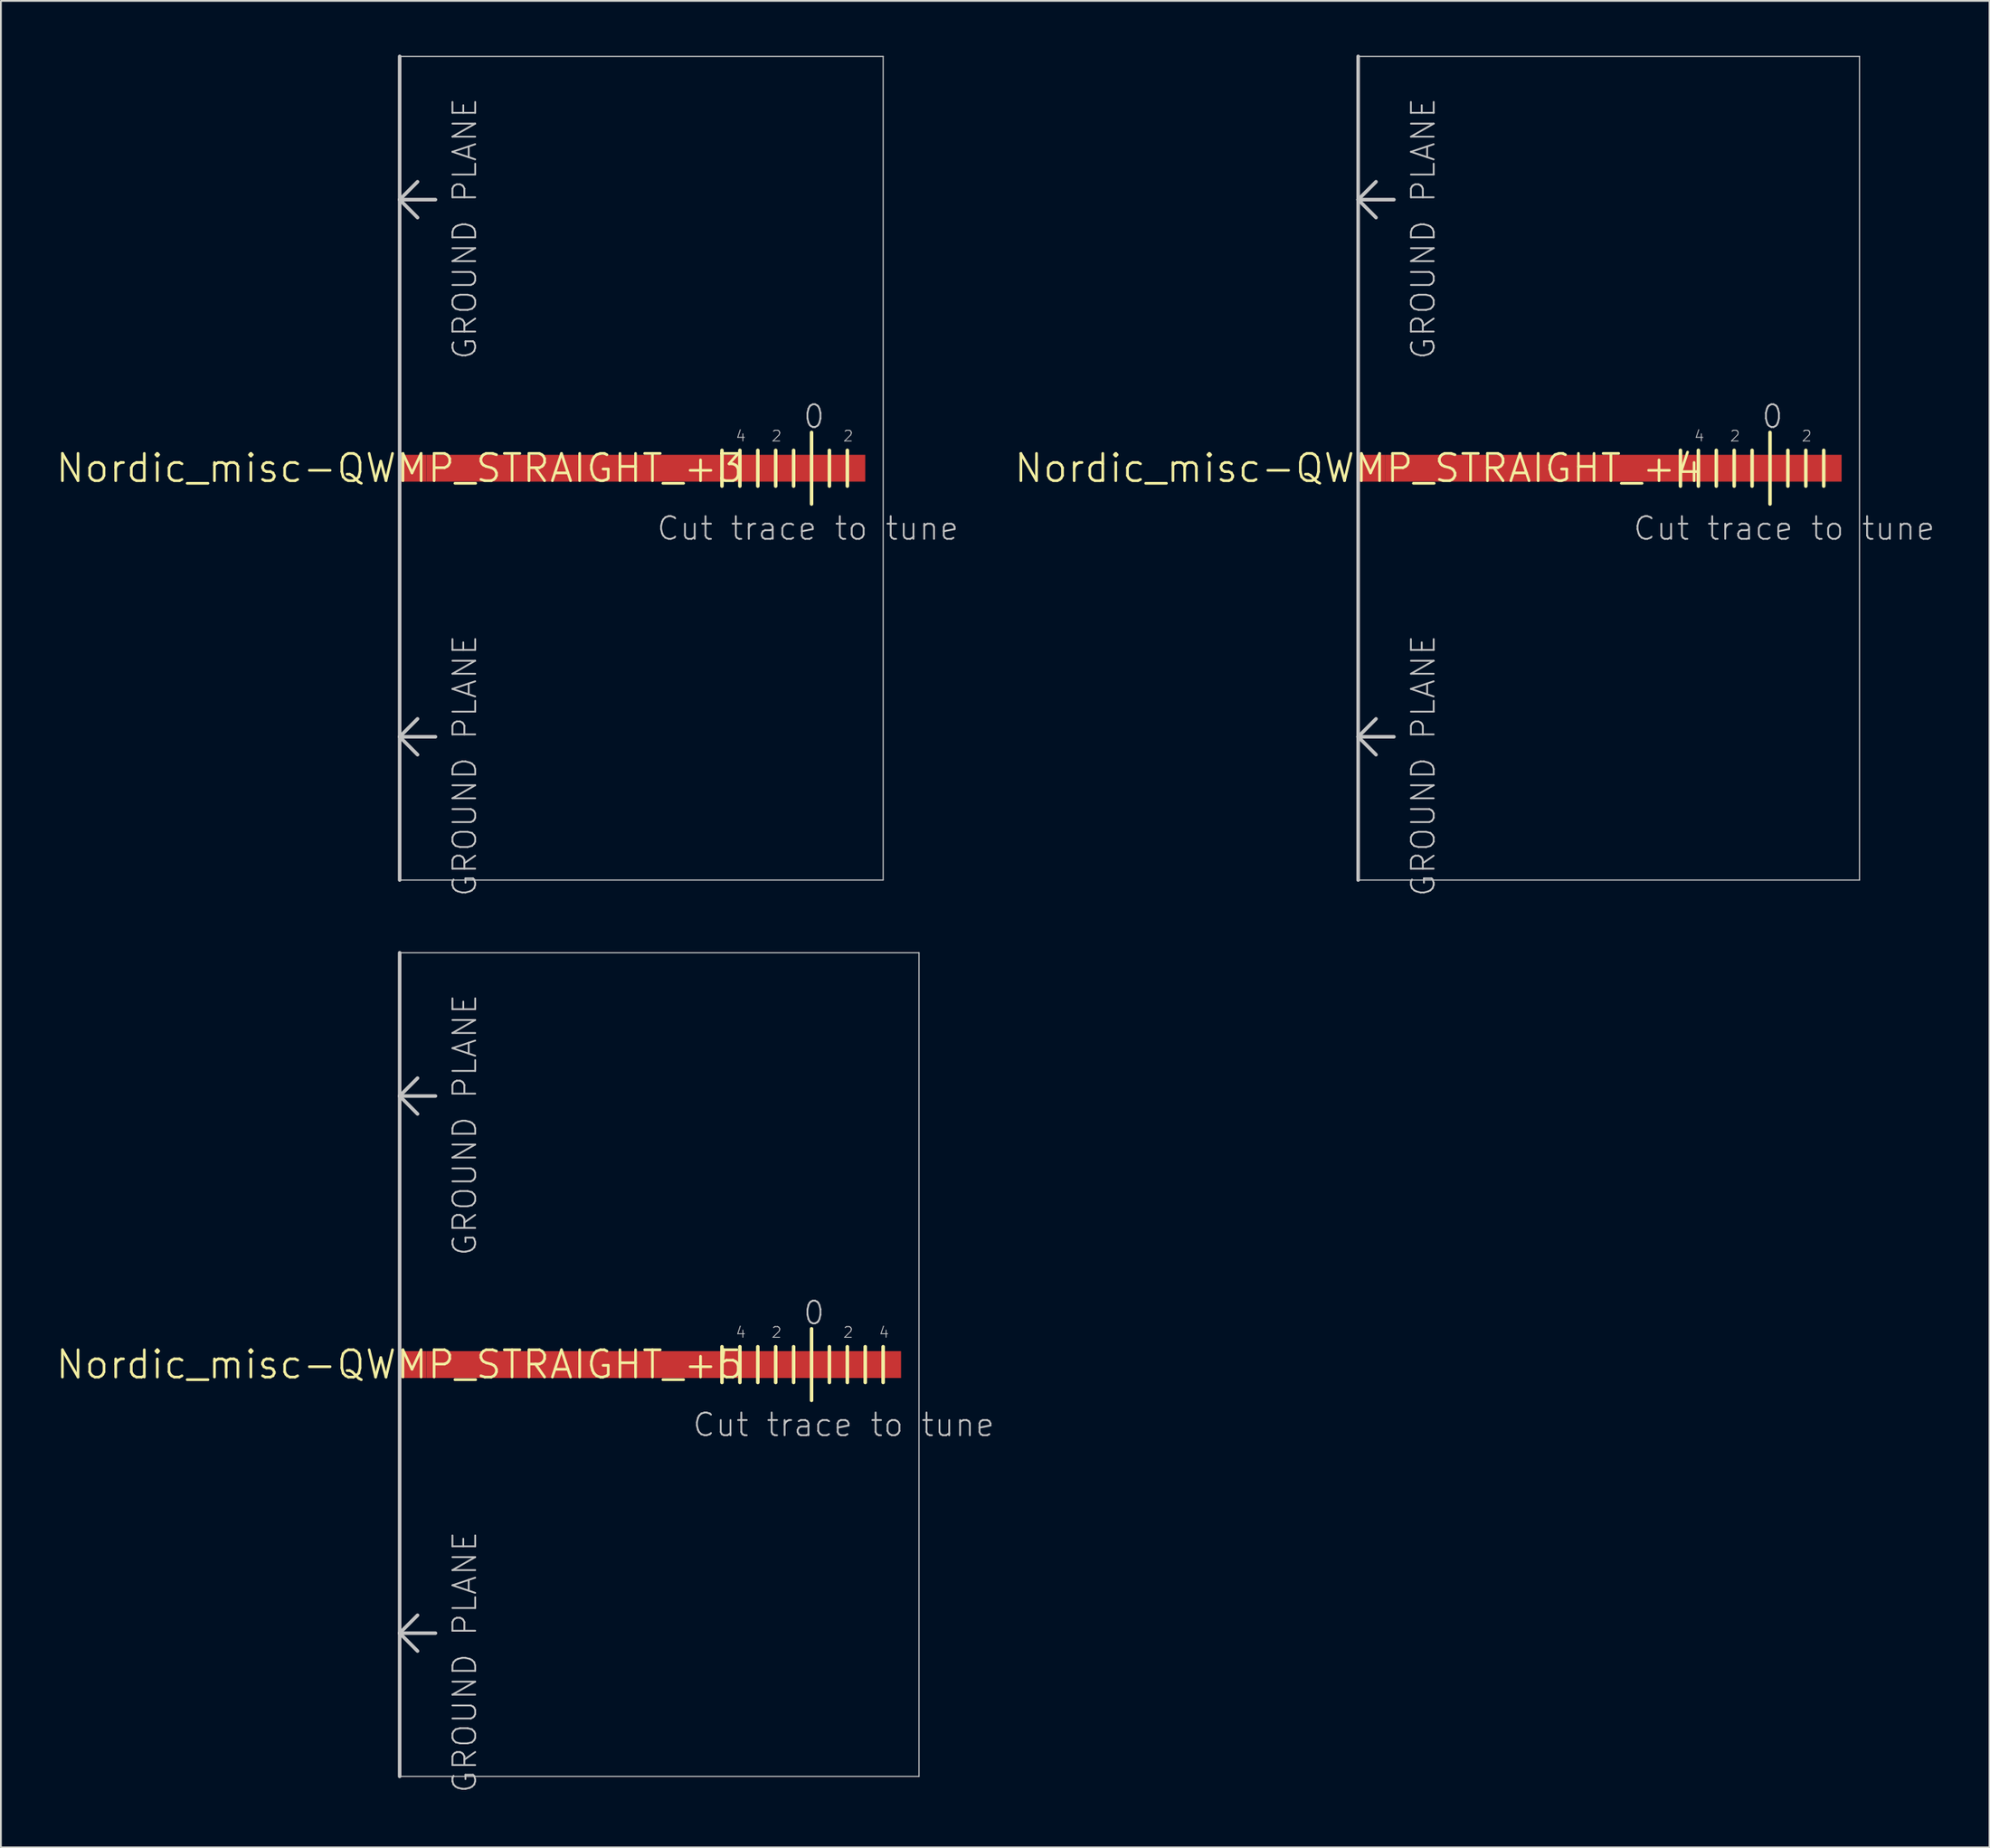
<source format=kicad_pcb>
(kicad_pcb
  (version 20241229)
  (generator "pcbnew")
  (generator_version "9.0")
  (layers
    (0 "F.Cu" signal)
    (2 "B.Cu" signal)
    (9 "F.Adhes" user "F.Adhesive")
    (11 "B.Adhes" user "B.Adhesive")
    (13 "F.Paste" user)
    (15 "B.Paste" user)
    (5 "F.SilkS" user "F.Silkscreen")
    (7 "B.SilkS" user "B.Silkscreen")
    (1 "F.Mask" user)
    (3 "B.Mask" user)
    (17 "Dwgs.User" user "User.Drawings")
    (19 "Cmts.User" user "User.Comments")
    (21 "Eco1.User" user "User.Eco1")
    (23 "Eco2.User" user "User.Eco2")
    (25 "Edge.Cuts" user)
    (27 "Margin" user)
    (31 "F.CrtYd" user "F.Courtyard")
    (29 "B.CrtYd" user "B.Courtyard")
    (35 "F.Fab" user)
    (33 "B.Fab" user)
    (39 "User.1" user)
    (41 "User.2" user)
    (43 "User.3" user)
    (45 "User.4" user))
  (footprint "Nordic_misc-QWMP_STRAIGHT_+3"
    (layer "F.Cu")
    (at 19.268 23.099)
    (property "Reference" "Nordic_misc-QWMP_STRAIGHT_+3" (at 0 0 0) (layer "F.SilkS") (effects (font (size 1.524 1.524) (thickness 0.15))))
    (attr smd)
    (fp_poly (pts (xy 1.499 0.749) (xy 25.999 0.749) (xy 25.999 -0.749) (xy 1.499 -0.749) (xy 1.499 0.749)) (stroke (width 0) (type solid)) (fill yes) (layer "F.Cu"))
    (fp_line (start 17.998 -0.998) (end 17.998 0.998) (stroke (width 0.198) (type solid)) (layer "F.SilkS"))
    (fp_line (start 18.999 -0.998) (end 18.999 0.998) (stroke (width 0.198) (type solid)) (layer "F.SilkS"))
    (fp_line (start 20 -0.998) (end 20 0.998) (stroke (width 0.198) (type solid)) (layer "F.SilkS"))
    (fp_line (start 20.998 -0.998) (end 20.998 0.998) (stroke (width 0.198) (type solid)) (layer "F.SilkS"))
    (fp_line (start 21.999 -0.998) (end 21.999 0.998) (stroke (width 0.198) (type solid)) (layer "F.SilkS"))
    (fp_line (start 23 -1.999) (end 23 1.999) (stroke (width 0.198) (type solid)) (layer "F.SilkS"))
    (fp_line (start 23.998 -0.998) (end 23.998 0.998) (stroke (width 0.198) (type solid)) (layer "F.SilkS"))
    (fp_line (start 24.999 -0.998) (end 24.999 0.998) (stroke (width 0.198) (type solid)) (layer "F.SilkS"))
    (fp_line (start 0 -23) (end 26.998 -23) (stroke (width 0.066) (type solid)) (layer "Dwgs.User"))
    (fp_line (start 0 -14.999) (end 0 -23) (stroke (width 0.198) (type solid)) (layer "Dwgs.User"))
    (fp_line (start 0 -14.999) (end 0.998 -15.999) (stroke (width 0.198) (type solid)) (layer "Dwgs.User"))
    (fp_line (start 0 -14.999) (end 0.998 -13.998) (stroke (width 0.198) (type solid)) (layer "Dwgs.User"))
    (fp_line (start 0 -14.999) (end 1.999 -14.999) (stroke (width 0.198) (type solid)) (layer "Dwgs.User"))
    (fp_line (start 0 14.999) (end 0 -14.999) (stroke (width 0.198) (type solid)) (layer "Dwgs.User"))
    (fp_line (start 0 14.999) (end 0.998 13.998) (stroke (width 0.198) (type solid)) (layer "Dwgs.User"))
    (fp_line (start 0 14.999) (end 0.998 15.999) (stroke (width 0.198) (type solid)) (layer "Dwgs.User"))
    (fp_line (start 0 14.999) (end 1.999 14.999) (stroke (width 0.198) (type solid)) (layer "Dwgs.User"))
    (fp_line (start 0 23) (end 0 -23) (stroke (width 0.066) (type solid)) (layer "Dwgs.User"))
    (fp_line (start 0 23) (end 0 14.999) (stroke (width 0.198) (type solid)) (layer "Dwgs.User"))
    (fp_line (start 0 23) (end 26.998 23) (stroke (width 0.066) (type solid)) (layer "Dwgs.User"))
    (fp_line (start 26.998 23) (end 26.998 -23) (stroke (width 0.066) (type solid)) (layer "Dwgs.User"))
    (fp_text user "4" (at 19.05 -1.798 0) (layer "Dwgs.User") (effects (font (size 0.599 0.599) (thickness 0.051))))
    (fp_text user "0" (at 23.134 -2.883 0) (layer "Dwgs.User") (effects (font (size 1.27 1.27) (thickness 0.102))))
    (fp_text user "Cut trace to tune" (at 22.794 3.363 0) (layer "Dwgs.User") (effects (font (size 1.27 1.27) (thickness 0.102))))
    (fp_text user "GROUND PLANE" (at 3.635 16.619 270) (layer "Dwgs.User") (effects (font (size 1.27 1.27) (thickness 0.102))))
    (fp_text user "GROUND PLANE" (at 3.635 -13.378 270) (layer "Dwgs.User") (effects (font (size 1.27 1.27) (thickness 0.102))))
    (fp_text user "2" (at 21.049 -1.798 0) (layer "Dwgs.User") (effects (font (size 0.599 0.599) (thickness 0.051))))
    (fp_text user "2" (at 25.049 -1.798 0) (layer "Dwgs.User") (effects (font (size 0.599 0.599) (thickness 0.051))))
    (pad "P$1" smd rect (at 0.749 0) (size 1.499 1.499) (layers "F.Cu" "F.Mask" "F.Paste")))
  (footprint "Nordic_misc-QWMP_STRAIGHT_+5"
    (layer "F.Cu")
    (at 19.268 73.16)
    (property "Reference" "Nordic_misc-QWMP_STRAIGHT_+5" (at 0 0 0) (layer "F.SilkS") (effects (font (size 1.524 1.524) (thickness 0.15))))
    (attr smd)
    (fp_poly (pts (xy 1.499 0.749) (xy 27.998 0.749) (xy 27.998 -0.749) (xy 1.499 -0.749) (xy 1.499 0.749)) (stroke (width 0) (type solid)) (fill yes) (layer "F.Cu"))
    (fp_line (start 17.998 -0.998) (end 17.998 0.998) (stroke (width 0.198) (type solid)) (layer "F.SilkS"))
    (fp_line (start 18.999 -0.998) (end 18.999 0.998) (stroke (width 0.198) (type solid)) (layer "F.SilkS"))
    (fp_line (start 20 -0.998) (end 20 0.998) (stroke (width 0.198) (type solid)) (layer "F.SilkS"))
    (fp_line (start 20.998 -0.998) (end 20.998 0.998) (stroke (width 0.198) (type solid)) (layer "F.SilkS"))
    (fp_line (start 21.999 -0.998) (end 21.999 0.998) (stroke (width 0.198) (type solid)) (layer "F.SilkS"))
    (fp_line (start 23 -1.999) (end 23 1.999) (stroke (width 0.198) (type solid)) (layer "F.SilkS"))
    (fp_line (start 23.998 -0.998) (end 23.998 0.998) (stroke (width 0.198) (type solid)) (layer "F.SilkS"))
    (fp_line (start 24.999 -0.998) (end 24.999 0.998) (stroke (width 0.198) (type solid)) (layer "F.SilkS"))
    (fp_line (start 25.999 -0.998) (end 25.999 0.998) (stroke (width 0.198) (type solid)) (layer "F.SilkS"))
    (fp_line (start 26.998 -0.998) (end 26.998 0.998) (stroke (width 0.198) (type solid)) (layer "F.SilkS"))
    (fp_line (start 0 -23) (end 28.999 -23) (stroke (width 0.066) (type solid)) (layer "Dwgs.User"))
    (fp_line (start 0 -14.999) (end 0 -23) (stroke (width 0.198) (type solid)) (layer "Dwgs.User"))
    (fp_line (start 0 -14.999) (end 0.998 -15.999) (stroke (width 0.198) (type solid)) (layer "Dwgs.User"))
    (fp_line (start 0 -14.999) (end 0.998 -13.998) (stroke (width 0.198) (type solid)) (layer "Dwgs.User"))
    (fp_line (start 0 -14.999) (end 1.999 -14.999) (stroke (width 0.198) (type solid)) (layer "Dwgs.User"))
    (fp_line (start 0 14.999) (end 0 -14.999) (stroke (width 0.198) (type solid)) (layer "Dwgs.User"))
    (fp_line (start 0 14.999) (end 0.998 13.998) (stroke (width 0.198) (type solid)) (layer "Dwgs.User"))
    (fp_line (start 0 14.999) (end 0.998 15.999) (stroke (width 0.198) (type solid)) (layer "Dwgs.User"))
    (fp_line (start 0 14.999) (end 1.999 14.999) (stroke (width 0.198) (type solid)) (layer "Dwgs.User"))
    (fp_line (start 0 23) (end 0 -23) (stroke (width 0.066) (type solid)) (layer "Dwgs.User"))
    (fp_line (start 0 23) (end 0 14.999) (stroke (width 0.198) (type solid)) (layer "Dwgs.User"))
    (fp_line (start 0 23) (end 28.999 23) (stroke (width 0.066) (type solid)) (layer "Dwgs.User"))
    (fp_line (start 28.999 23) (end 28.999 -23) (stroke (width 0.066) (type solid)) (layer "Dwgs.User"))
    (fp_text user "GROUND PLANE" (at 3.635 -13.378 270) (layer "Dwgs.User") (effects (font (size 1.27 1.27) (thickness 0.102))))
    (fp_text user "4" (at 27.048 -1.798 0) (layer "Dwgs.User") (effects (font (size 0.599 0.599) (thickness 0.051))))
    (fp_text user "2" (at 25.049 -1.798 0) (layer "Dwgs.User") (effects (font (size 0.599 0.599) (thickness 0.051))))
    (fp_text user "2" (at 21.049 -1.798 0) (layer "Dwgs.User") (effects (font (size 0.599 0.599) (thickness 0.051))))
    (fp_text user "GROUND PLANE" (at 3.635 16.619 270) (layer "Dwgs.User") (effects (font (size 1.27 1.27) (thickness 0.102))))
    (fp_text user "4" (at 19.05 -1.798 0) (layer "Dwgs.User") (effects (font (size 0.599 0.599) (thickness 0.051))))
    (fp_text user "0" (at 23.134 -2.883 0) (layer "Dwgs.User") (effects (font (size 1.27 1.27) (thickness 0.102))))
    (fp_text user "Cut trace to tune" (at 24.793 3.363 0) (layer "Dwgs.User") (effects (font (size 1.27 1.27) (thickness 0.102))))
    (pad "P$1" smd rect (at 0.749 0) (size 1.499 1.499) (layers "F.Cu" "F.Mask" "F.Paste")))
  (footprint "Nordic_misc-QWMP_STRAIGHT_+4"
    (layer "F.Cu")
    (at 72.791 23.099)
    (property "Reference" "Nordic_misc-QWMP_STRAIGHT_+4" (at 0 0 0) (layer "F.SilkS") (effects (font (size 1.524 1.524) (thickness 0.15))))
    (attr smd)
    (fp_poly (pts (xy 1.499 0.749) (xy 26.998 0.749) (xy 26.998 -0.749) (xy 1.499 -0.749) (xy 1.499 0.749)) (stroke (width 0) (type solid)) (fill yes) (layer "F.Cu"))
    (fp_line (start 17.998 -0.998) (end 17.998 0.998) (stroke (width 0.198) (type solid)) (layer "F.SilkS"))
    (fp_line (start 18.999 -0.998) (end 18.999 0.998) (stroke (width 0.198) (type solid)) (layer "F.SilkS"))
    (fp_line (start 20 -0.998) (end 20 0.998) (stroke (width 0.198) (type solid)) (layer "F.SilkS"))
    (fp_line (start 20.998 -0.998) (end 20.998 0.998) (stroke (width 0.198) (type solid)) (layer "F.SilkS"))
    (fp_line (start 21.999 -0.998) (end 21.999 0.998) (stroke (width 0.198) (type solid)) (layer "F.SilkS"))
    (fp_line (start 23 -1.999) (end 23 1.999) (stroke (width 0.198) (type solid)) (layer "F.SilkS"))
    (fp_line (start 23.998 -0.998) (end 23.998 0.998) (stroke (width 0.198) (type solid)) (layer "F.SilkS"))
    (fp_line (start 24.999 -0.998) (end 24.999 0.998) (stroke (width 0.198) (type solid)) (layer "F.SilkS"))
    (fp_line (start 25.999 -0.998) (end 25.999 0.998) (stroke (width 0.198) (type solid)) (layer "F.SilkS"))
    (fp_line (start 0 -23) (end 27.998 -23) (stroke (width 0.066) (type solid)) (layer "Dwgs.User"))
    (fp_line (start 0 -14.999) (end 0 -23) (stroke (width 0.198) (type solid)) (layer "Dwgs.User"))
    (fp_line (start 0 -14.999) (end 0.998 -15.999) (stroke (width 0.198) (type solid)) (layer "Dwgs.User"))
    (fp_line (start 0 -14.999) (end 0.998 -13.998) (stroke (width 0.198) (type solid)) (layer "Dwgs.User"))
    (fp_line (start 0 -14.999) (end 1.999 -14.999) (stroke (width 0.198) (type solid)) (layer "Dwgs.User"))
    (fp_line (start 0 14.999) (end 0 -14.999) (stroke (width 0.198) (type solid)) (layer "Dwgs.User"))
    (fp_line (start 0 14.999) (end 0.998 13.998) (stroke (width 0.198) (type solid)) (layer "Dwgs.User"))
    (fp_line (start 0 14.999) (end 0.998 15.999) (stroke (width 0.198) (type solid)) (layer "Dwgs.User"))
    (fp_line (start 0 14.999) (end 1.999 14.999) (stroke (width 0.198) (type solid)) (layer "Dwgs.User"))
    (fp_line (start 0 23) (end 0 -23) (stroke (width 0.066) (type solid)) (layer "Dwgs.User"))
    (fp_line (start 0 23) (end 0 14.999) (stroke (width 0.198) (type solid)) (layer "Dwgs.User"))
    (fp_line (start 0 23) (end 27.998 23) (stroke (width 0.066) (type solid)) (layer "Dwgs.User"))
    (fp_line (start 27.998 23) (end 27.998 -23) (stroke (width 0.066) (type solid)) (layer "Dwgs.User"))
    (fp_text user "GROUND PLANE" (at 3.635 16.619 270) (layer "Dwgs.User") (effects (font (size 1.27 1.27) (thickness 0.102))))
    (fp_text user "2" (at 25.049 -1.798 0) (layer "Dwgs.User") (effects (font (size 0.599 0.599) (thickness 0.051))))
    (fp_text user "4" (at 19.05 -1.798 0) (layer "Dwgs.User") (effects (font (size 0.599 0.599) (thickness 0.051))))
    (fp_text user "GROUND PLANE" (at 3.635 -13.378 270) (layer "Dwgs.User") (effects (font (size 1.27 1.27) (thickness 0.102))))
    (fp_text user "2" (at 21.049 -1.798 0) (layer "Dwgs.User") (effects (font (size 0.599 0.599) (thickness 0.051))))
    (fp_text user "0" (at 23.134 -2.883 0) (layer "Dwgs.User") (effects (font (size 1.27 1.27) (thickness 0.102))))
    (fp_text user "Cut trace to tune" (at 23.795 3.363 0) (layer "Dwgs.User") (effects (font (size 1.27 1.27) (thickness 0.102))))
    (pad "P$1" smd rect (at 0.749 0) (size 1.499 1.499) (layers "F.Cu" "F.Mask" "F.Paste")))
  (gr_rect
    (start -3 -3)
    (end 108.048 100.122)
    (stroke (width 0.1) (type default))
    (fill no)
    (layer "Edge.Cuts")))
</source>
